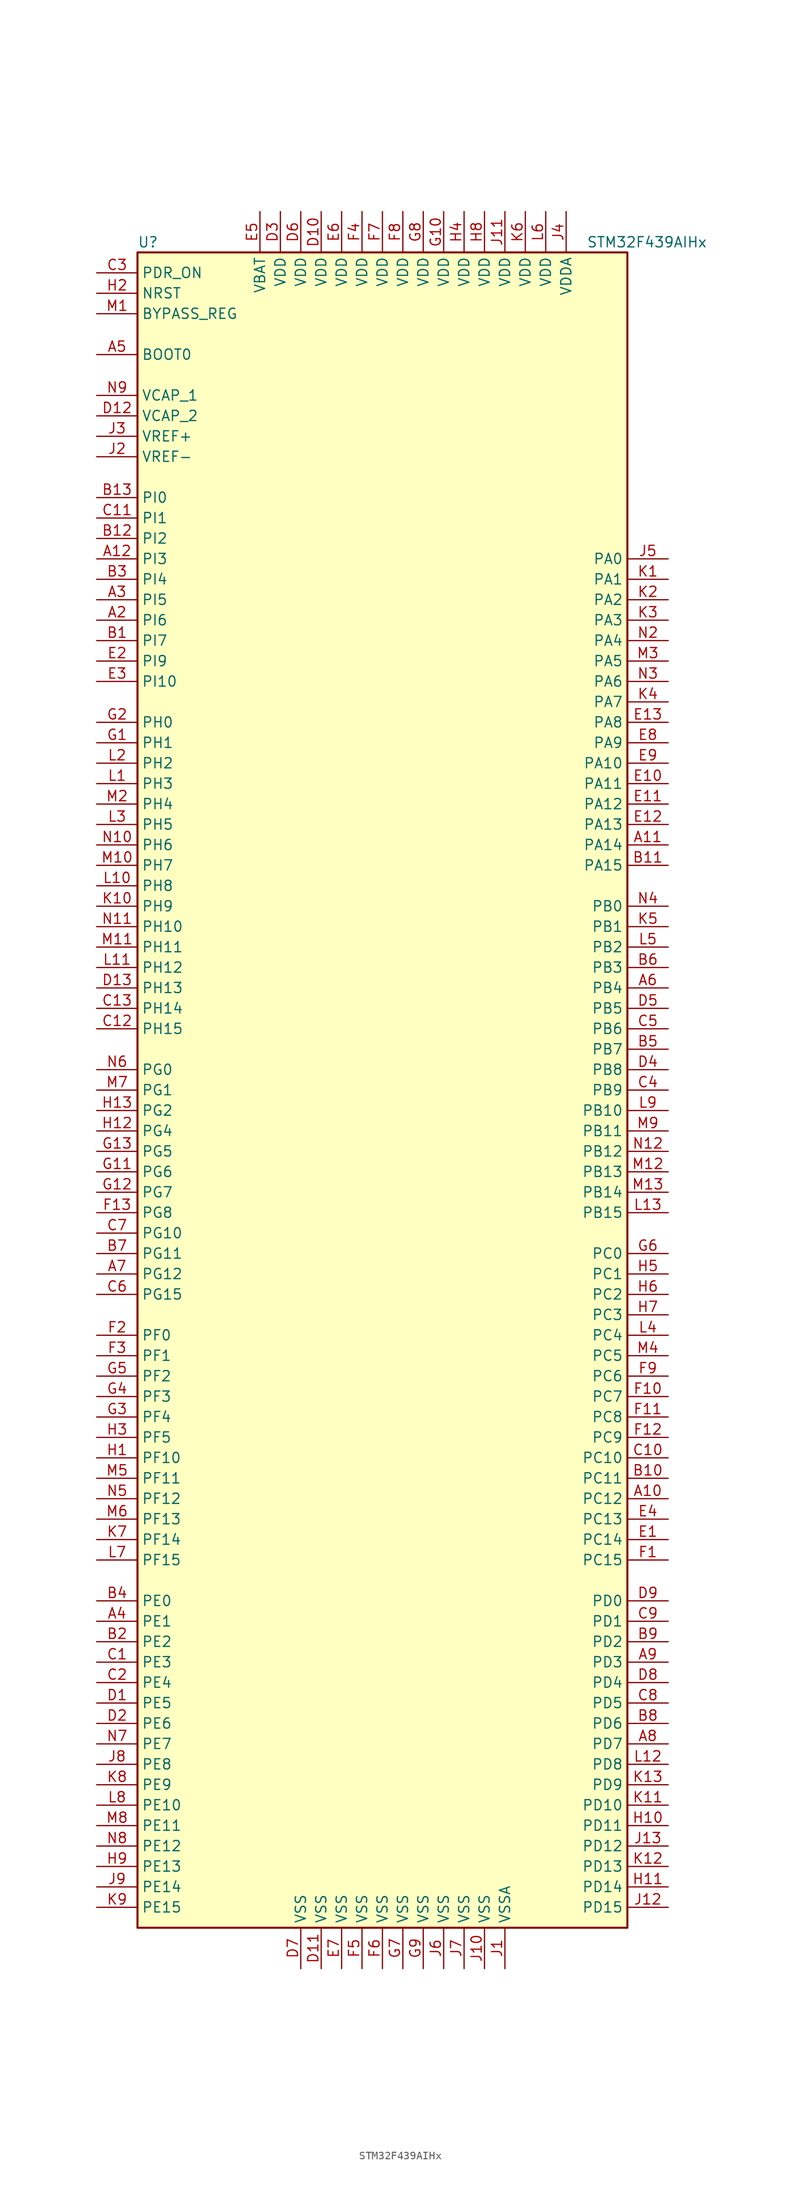
<source format=kicad_sym>
(kicad_symbol_lib
  (version 20201005)
  (generator kicad_symbol_editor)
  (symbol "MCU_ST_STM32F4:STM32F439AIHx"
    (property "Reference" "U"
      (at -30.48 105.41 0)
      (effects (font (size 1.27 1.27)) (justify left)))
    (property "Value" "STM32F439AIHx"
      (at 25.4 105.41 0)
      (effects (font (size 1.27 1.27)) (justify left)))
    (symbol "STM32F439AIHx_0_1"
      (rectangle (start -30.48 -104.14) (end 30.48 104.14) (stroke (width 0.254)) (fill (type background))))
    (symbol "STM32F439AIHx_1_1"
      (pin input line (at -35.56 91.44 0) (length 5.08) (name "BOOT0" (effects (font (size 1.27 1.27)))) (number "A5" (effects (font (size 1.27 1.27)))))
      (pin input line (at -35.56 96.52 0) (length 5.08) (name "BYPASS_REG" (effects (font (size 1.27 1.27)))) (number "M1" (effects (font (size 1.27 1.27)))))
      (pin no_connect line (at -30.48 -101.6 0) (length 5.08) hide (name "NC" (effects (font (size 1.27 1.27)))) (number "A1" (effects (font (size 1.27 1.27)))))
      (pin no_connect line (at -30.48 -99.06 0) (length 5.08) hide (name "NC" (effects (font (size 1.27 1.27)))) (number "A13" (effects (font (size 1.27 1.27)))))
      (pin no_connect line (at -30.48 -96.52 0) (length 5.08) hide (name "NC" (effects (font (size 1.27 1.27)))) (number "N1" (effects (font (size 1.27 1.27)))))
      (pin no_connect line (at -30.48 -93.98 0) (length 5.08) hide (name "NC" (effects (font (size 1.27 1.27)))) (number "N13" (effects (font (size 1.27 1.27)))))
      (pin input line (at -35.56 99.06 0) (length 5.08) (name "NRST" (effects (font (size 1.27 1.27)))) (number "H2" (effects (font (size 1.27 1.27)))))
      (pin bidirectional line (at 35.56 66.04 180) (length 5.08) (name "PA0" (effects (font (size 1.27 1.27)))) (number "J5" (effects (font (size 1.27 1.27)))))
      (pin bidirectional line (at 35.56 63.5 180) (length 5.08) (name "PA1" (effects (font (size 1.27 1.27)))) (number "K1" (effects (font (size 1.27 1.27)))))
      (pin bidirectional line (at 35.56 40.64 180) (length 5.08) (name "PA10" (effects (font (size 1.27 1.27)))) (number "E9" (effects (font (size 1.27 1.27)))))
      (pin bidirectional line (at 35.56 38.1 180) (length 5.08) (name "PA11" (effects (font (size 1.27 1.27)))) (number "E10" (effects (font (size 1.27 1.27)))))
      (pin bidirectional line (at 35.56 35.56 180) (length 5.08) (name "PA12" (effects (font (size 1.27 1.27)))) (number "E11" (effects (font (size 1.27 1.27)))))
      (pin bidirectional line (at 35.56 33.02 180) (length 5.08) (name "PA13" (effects (font (size 1.27 1.27)))) (number "E12" (effects (font (size 1.27 1.27)))))
      (pin bidirectional line (at 35.56 30.48 180) (length 5.08) (name "PA14" (effects (font (size 1.27 1.27)))) (number "A11" (effects (font (size 1.27 1.27)))))
      (pin bidirectional line (at 35.56 27.94 180) (length 5.08) (name "PA15" (effects (font (size 1.27 1.27)))) (number "B11" (effects (font (size 1.27 1.27)))))
      (pin bidirectional line (at 35.56 60.96 180) (length 5.08) (name "PA2" (effects (font (size 1.27 1.27)))) (number "K2" (effects (font (size 1.27 1.27)))))
      (pin bidirectional line (at 35.56 58.42 180) (length 5.08) (name "PA3" (effects (font (size 1.27 1.27)))) (number "K3" (effects (font (size 1.27 1.27)))))
      (pin bidirectional line (at 35.56 55.88 180) (length 5.08) (name "PA4" (effects (font (size 1.27 1.27)))) (number "N2" (effects (font (size 1.27 1.27)))))
      (pin bidirectional line (at 35.56 53.34 180) (length 5.08) (name "PA5" (effects (font (size 1.27 1.27)))) (number "M3" (effects (font (size 1.27 1.27)))))
      (pin bidirectional line (at 35.56 50.8 180) (length 5.08) (name "PA6" (effects (font (size 1.27 1.27)))) (number "N3" (effects (font (size 1.27 1.27)))))
      (pin bidirectional line (at 35.56 48.26 180) (length 5.08) (name "PA7" (effects (font (size 1.27 1.27)))) (number "K4" (effects (font (size 1.27 1.27)))))
      (pin bidirectional line (at 35.56 45.72 180) (length 5.08) (name "PA8" (effects (font (size 1.27 1.27)))) (number "E13" (effects (font (size 1.27 1.27)))))
      (pin bidirectional line (at 35.56 43.18 180) (length 5.08) (name "PA9" (effects (font (size 1.27 1.27)))) (number "E8" (effects (font (size 1.27 1.27)))))
      (pin bidirectional line (at 35.56 22.86 180) (length 5.08) (name "PB0" (effects (font (size 1.27 1.27)))) (number "N4" (effects (font (size 1.27 1.27)))))
      (pin bidirectional line (at 35.56 20.32 180) (length 5.08) (name "PB1" (effects (font (size 1.27 1.27)))) (number "K5" (effects (font (size 1.27 1.27)))))
      (pin bidirectional line (at 35.56 -2.54 180) (length 5.08) (name "PB10" (effects (font (size 1.27 1.27)))) (number "L9" (effects (font (size 1.27 1.27)))))
      (pin bidirectional line (at 35.56 -5.08 180) (length 5.08) (name "PB11" (effects (font (size 1.27 1.27)))) (number "M9" (effects (font (size 1.27 1.27)))))
      (pin bidirectional line (at 35.56 -7.62 180) (length 5.08) (name "PB12" (effects (font (size 1.27 1.27)))) (number "N12" (effects (font (size 1.27 1.27)))))
      (pin bidirectional line (at 35.56 -10.16 180) (length 5.08) (name "PB13" (effects (font (size 1.27 1.27)))) (number "M12" (effects (font (size 1.27 1.27)))))
      (pin bidirectional line (at 35.56 -12.7 180) (length 5.08) (name "PB14" (effects (font (size 1.27 1.27)))) (number "M13" (effects (font (size 1.27 1.27)))))
      (pin bidirectional line (at 35.56 -15.24 180) (length 5.08) (name "PB15" (effects (font (size 1.27 1.27)))) (number "L13" (effects (font (size 1.27 1.27)))))
      (pin bidirectional line (at 35.56 17.78 180) (length 5.08) (name "PB2" (effects (font (size 1.27 1.27)))) (number "L5" (effects (font (size 1.27 1.27)))))
      (pin bidirectional line (at 35.56 15.24 180) (length 5.08) (name "PB3" (effects (font (size 1.27 1.27)))) (number "B6" (effects (font (size 1.27 1.27)))))
      (pin bidirectional line (at 35.56 12.7 180) (length 5.08) (name "PB4" (effects (font (size 1.27 1.27)))) (number "A6" (effects (font (size 1.27 1.27)))))
      (pin bidirectional line (at 35.56 10.16 180) (length 5.08) (name "PB5" (effects (font (size 1.27 1.27)))) (number "D5" (effects (font (size 1.27 1.27)))))
      (pin bidirectional line (at 35.56 7.62 180) (length 5.08) (name "PB6" (effects (font (size 1.27 1.27)))) (number "C5" (effects (font (size 1.27 1.27)))))
      (pin bidirectional line (at 35.56 5.08 180) (length 5.08) (name "PB7" (effects (font (size 1.27 1.27)))) (number "B5" (effects (font (size 1.27 1.27)))))
      (pin bidirectional line (at 35.56 2.54 180) (length 5.08) (name "PB8" (effects (font (size 1.27 1.27)))) (number "D4" (effects (font (size 1.27 1.27)))))
      (pin bidirectional line (at 35.56 0 180) (length 5.08) (name "PB9" (effects (font (size 1.27 1.27)))) (number "C4" (effects (font (size 1.27 1.27)))))
      (pin bidirectional line (at 35.56 -20.32 180) (length 5.08) (name "PC0" (effects (font (size 1.27 1.27)))) (number "G6" (effects (font (size 1.27 1.27)))))
      (pin bidirectional line (at 35.56 -22.86 180) (length 5.08) (name "PC1" (effects (font (size 1.27 1.27)))) (number "H5" (effects (font (size 1.27 1.27)))))
      (pin bidirectional line (at 35.56 -45.72 180) (length 5.08) (name "PC10" (effects (font (size 1.27 1.27)))) (number "C10" (effects (font (size 1.27 1.27)))))
      (pin bidirectional line (at 35.56 -48.26 180) (length 5.08) (name "PC11" (effects (font (size 1.27 1.27)))) (number "B10" (effects (font (size 1.27 1.27)))))
      (pin bidirectional line (at 35.56 -50.8 180) (length 5.08) (name "PC12" (effects (font (size 1.27 1.27)))) (number "A10" (effects (font (size 1.27 1.27)))))
      (pin bidirectional line (at 35.56 -53.34 180) (length 5.08) (name "PC13" (effects (font (size 1.27 1.27)))) (number "E4" (effects (font (size 1.27 1.27)))))
      (pin bidirectional line (at 35.56 -55.88 180) (length 5.08) (name "PC14" (effects (font (size 1.27 1.27)))) (number "E1" (effects (font (size 1.27 1.27)))))
      (pin bidirectional line (at 35.56 -58.42 180) (length 5.08) (name "PC15" (effects (font (size 1.27 1.27)))) (number "F1" (effects (font (size 1.27 1.27)))))
      (pin bidirectional line (at 35.56 -25.4 180) (length 5.08) (name "PC2" (effects (font (size 1.27 1.27)))) (number "H6" (effects (font (size 1.27 1.27)))))
      (pin bidirectional line (at 35.56 -27.94 180) (length 5.08) (name "PC3" (effects (font (size 1.27 1.27)))) (number "H7" (effects (font (size 1.27 1.27)))))
      (pin bidirectional line (at 35.56 -30.48 180) (length 5.08) (name "PC4" (effects (font (size 1.27 1.27)))) (number "L4" (effects (font (size 1.27 1.27)))))
      (pin bidirectional line (at 35.56 -33.02 180) (length 5.08) (name "PC5" (effects (font (size 1.27 1.27)))) (number "M4" (effects (font (size 1.27 1.27)))))
      (pin bidirectional line (at 35.56 -35.56 180) (length 5.08) (name "PC6" (effects (font (size 1.27 1.27)))) (number "F9" (effects (font (size 1.27 1.27)))))
      (pin bidirectional line (at 35.56 -38.1 180) (length 5.08) (name "PC7" (effects (font (size 1.27 1.27)))) (number "F10" (effects (font (size 1.27 1.27)))))
      (pin bidirectional line (at 35.56 -40.64 180) (length 5.08) (name "PC8" (effects (font (size 1.27 1.27)))) (number "F11" (effects (font (size 1.27 1.27)))))
      (pin bidirectional line (at 35.56 -43.18 180) (length 5.08) (name "PC9" (effects (font (size 1.27 1.27)))) (number "F12" (effects (font (size 1.27 1.27)))))
      (pin bidirectional line (at 35.56 -63.5 180) (length 5.08) (name "PD0" (effects (font (size 1.27 1.27)))) (number "D9" (effects (font (size 1.27 1.27)))))
      (pin bidirectional line (at 35.56 -66.04 180) (length 5.08) (name "PD1" (effects (font (size 1.27 1.27)))) (number "C9" (effects (font (size 1.27 1.27)))))
      (pin bidirectional line (at 35.56 -88.9 180) (length 5.08) (name "PD10" (effects (font (size 1.27 1.27)))) (number "K11" (effects (font (size 1.27 1.27)))))
      (pin bidirectional line (at 35.56 -91.44 180) (length 5.08) (name "PD11" (effects (font (size 1.27 1.27)))) (number "H10" (effects (font (size 1.27 1.27)))))
      (pin bidirectional line (at 35.56 -93.98 180) (length 5.08) (name "PD12" (effects (font (size 1.27 1.27)))) (number "J13" (effects (font (size 1.27 1.27)))))
      (pin bidirectional line (at 35.56 -96.52 180) (length 5.08) (name "PD13" (effects (font (size 1.27 1.27)))) (number "K12" (effects (font (size 1.27 1.27)))))
      (pin bidirectional line (at 35.56 -99.06 180) (length 5.08) (name "PD14" (effects (font (size 1.27 1.27)))) (number "H11" (effects (font (size 1.27 1.27)))))
      (pin bidirectional line (at 35.56 -101.6 180) (length 5.08) (name "PD15" (effects (font (size 1.27 1.27)))) (number "J12" (effects (font (size 1.27 1.27)))))
      (pin bidirectional line (at 35.56 -68.58 180) (length 5.08) (name "PD2" (effects (font (size 1.27 1.27)))) (number "B9" (effects (font (size 1.27 1.27)))))
      (pin bidirectional line (at 35.56 -71.12 180) (length 5.08) (name "PD3" (effects (font (size 1.27 1.27)))) (number "A9" (effects (font (size 1.27 1.27)))))
      (pin bidirectional line (at 35.56 -73.66 180) (length 5.08) (name "PD4" (effects (font (size 1.27 1.27)))) (number "D8" (effects (font (size 1.27 1.27)))))
      (pin bidirectional line (at 35.56 -76.2 180) (length 5.08) (name "PD5" (effects (font (size 1.27 1.27)))) (number "C8" (effects (font (size 1.27 1.27)))))
      (pin bidirectional line (at 35.56 -78.74 180) (length 5.08) (name "PD6" (effects (font (size 1.27 1.27)))) (number "B8" (effects (font (size 1.27 1.27)))))
      (pin bidirectional line (at 35.56 -81.28 180) (length 5.08) (name "PD7" (effects (font (size 1.27 1.27)))) (number "A8" (effects (font (size 1.27 1.27)))))
      (pin bidirectional line (at 35.56 -83.82 180) (length 5.08) (name "PD8" (effects (font (size 1.27 1.27)))) (number "L12" (effects (font (size 1.27 1.27)))))
      (pin bidirectional line (at 35.56 -86.36 180) (length 5.08) (name "PD9" (effects (font (size 1.27 1.27)))) (number "K13" (effects (font (size 1.27 1.27)))))
      (pin input line (at -35.56 101.6 0) (length 5.08) (name "PDR_ON" (effects (font (size 1.27 1.27)))) (number "C3" (effects (font (size 1.27 1.27)))))
      (pin bidirectional line (at -35.56 -63.5 0) (length 5.08) (name "PE0" (effects (font (size 1.27 1.27)))) (number "B4" (effects (font (size 1.27 1.27)))))
      (pin bidirectional line (at -35.56 -66.04 0) (length 5.08) (name "PE1" (effects (font (size 1.27 1.27)))) (number "A4" (effects (font (size 1.27 1.27)))))
      (pin bidirectional line (at -35.56 -88.9 0) (length 5.08) (name "PE10" (effects (font (size 1.27 1.27)))) (number "L8" (effects (font (size 1.27 1.27)))))
      (pin bidirectional line (at -35.56 -91.44 0) (length 5.08) (name "PE11" (effects (font (size 1.27 1.27)))) (number "M8" (effects (font (size 1.27 1.27)))))
      (pin bidirectional line (at -35.56 -93.98 0) (length 5.08) (name "PE12" (effects (font (size 1.27 1.27)))) (number "N8" (effects (font (size 1.27 1.27)))))
      (pin bidirectional line (at -35.56 -96.52 0) (length 5.08) (name "PE13" (effects (font (size 1.27 1.27)))) (number "H9" (effects (font (size 1.27 1.27)))))
      (pin bidirectional line (at -35.56 -99.06 0) (length 5.08) (name "PE14" (effects (font (size 1.27 1.27)))) (number "J9" (effects (font (size 1.27 1.27)))))
      (pin bidirectional line (at -35.56 -101.6 0) (length 5.08) (name "PE15" (effects (font (size 1.27 1.27)))) (number "K9" (effects (font (size 1.27 1.27)))))
      (pin bidirectional line (at -35.56 -68.58 0) (length 5.08) (name "PE2" (effects (font (size 1.27 1.27)))) (number "B2" (effects (font (size 1.27 1.27)))))
      (pin bidirectional line (at -35.56 -71.12 0) (length 5.08) (name "PE3" (effects (font (size 1.27 1.27)))) (number "C1" (effects (font (size 1.27 1.27)))))
      (pin bidirectional line (at -35.56 -73.66 0) (length 5.08) (name "PE4" (effects (font (size 1.27 1.27)))) (number "C2" (effects (font (size 1.27 1.27)))))
      (pin bidirectional line (at -35.56 -76.2 0) (length 5.08) (name "PE5" (effects (font (size 1.27 1.27)))) (number "D1" (effects (font (size 1.27 1.27)))))
      (pin bidirectional line (at -35.56 -78.74 0) (length 5.08) (name "PE6" (effects (font (size 1.27 1.27)))) (number "D2" (effects (font (size 1.27 1.27)))))
      (pin bidirectional line (at -35.56 -81.28 0) (length 5.08) (name "PE7" (effects (font (size 1.27 1.27)))) (number "N7" (effects (font (size 1.27 1.27)))))
      (pin bidirectional line (at -35.56 -83.82 0) (length 5.08) (name "PE8" (effects (font (size 1.27 1.27)))) (number "J8" (effects (font (size 1.27 1.27)))))
      (pin bidirectional line (at -35.56 -86.36 0) (length 5.08) (name "PE9" (effects (font (size 1.27 1.27)))) (number "K8" (effects (font (size 1.27 1.27)))))
      (pin bidirectional line (at -35.56 -30.48 0) (length 5.08) (name "PF0" (effects (font (size 1.27 1.27)))) (number "F2" (effects (font (size 1.27 1.27)))))
      (pin bidirectional line (at -35.56 -33.02 0) (length 5.08) (name "PF1" (effects (font (size 1.27 1.27)))) (number "F3" (effects (font (size 1.27 1.27)))))
      (pin bidirectional line (at -35.56 -45.72 0) (length 5.08) (name "PF10" (effects (font (size 1.27 1.27)))) (number "H1" (effects (font (size 1.27 1.27)))))
      (pin bidirectional line (at -35.56 -48.26 0) (length 5.08) (name "PF11" (effects (font (size 1.27 1.27)))) (number "M5" (effects (font (size 1.27 1.27)))))
      (pin bidirectional line (at -35.56 -50.8 0) (length 5.08) (name "PF12" (effects (font (size 1.27 1.27)))) (number "N5" (effects (font (size 1.27 1.27)))))
      (pin bidirectional line (at -35.56 -53.34 0) (length 5.08) (name "PF13" (effects (font (size 1.27 1.27)))) (number "M6" (effects (font (size 1.27 1.27)))))
      (pin bidirectional line (at -35.56 -55.88 0) (length 5.08) (name "PF14" (effects (font (size 1.27 1.27)))) (number "K7" (effects (font (size 1.27 1.27)))))
      (pin bidirectional line (at -35.56 -58.42 0) (length 5.08) (name "PF15" (effects (font (size 1.27 1.27)))) (number "L7" (effects (font (size 1.27 1.27)))))
      (pin bidirectional line (at -35.56 -35.56 0) (length 5.08) (name "PF2" (effects (font (size 1.27 1.27)))) (number "G5" (effects (font (size 1.27 1.27)))))
      (pin bidirectional line (at -35.56 -38.1 0) (length 5.08) (name "PF3" (effects (font (size 1.27 1.27)))) (number "G4" (effects (font (size 1.27 1.27)))))
      (pin bidirectional line (at -35.56 -40.64 0) (length 5.08) (name "PF4" (effects (font (size 1.27 1.27)))) (number "G3" (effects (font (size 1.27 1.27)))))
      (pin bidirectional line (at -35.56 -43.18 0) (length 5.08) (name "PF5" (effects (font (size 1.27 1.27)))) (number "H3" (effects (font (size 1.27 1.27)))))
      (pin bidirectional line (at -35.56 2.54 0) (length 5.08) (name "PG0" (effects (font (size 1.27 1.27)))) (number "N6" (effects (font (size 1.27 1.27)))))
      (pin bidirectional line (at -35.56 0 0) (length 5.08) (name "PG1" (effects (font (size 1.27 1.27)))) (number "M7" (effects (font (size 1.27 1.27)))))
      (pin bidirectional line (at -35.56 -17.78 0) (length 5.08) (name "PG10" (effects (font (size 1.27 1.27)))) (number "C7" (effects (font (size 1.27 1.27)))))
      (pin bidirectional line (at -35.56 -20.32 0) (length 5.08) (name "PG11" (effects (font (size 1.27 1.27)))) (number "B7" (effects (font (size 1.27 1.27)))))
      (pin bidirectional line (at -35.56 -22.86 0) (length 5.08) (name "PG12" (effects (font (size 1.27 1.27)))) (number "A7" (effects (font (size 1.27 1.27)))))
      (pin bidirectional line (at -35.56 -25.4 0) (length 5.08) (name "PG15" (effects (font (size 1.27 1.27)))) (number "C6" (effects (font (size 1.27 1.27)))))
      (pin bidirectional line (at -35.56 -2.54 0) (length 5.08) (name "PG2" (effects (font (size 1.27 1.27)))) (number "H13" (effects (font (size 1.27 1.27)))))
      (pin bidirectional line (at -35.56 -5.08 0) (length 5.08) (name "PG4" (effects (font (size 1.27 1.27)))) (number "H12" (effects (font (size 1.27 1.27)))))
      (pin bidirectional line (at -35.56 -7.62 0) (length 5.08) (name "PG5" (effects (font (size 1.27 1.27)))) (number "G13" (effects (font (size 1.27 1.27)))))
      (pin bidirectional line (at -35.56 -10.16 0) (length 5.08) (name "PG6" (effects (font (size 1.27 1.27)))) (number "G11" (effects (font (size 1.27 1.27)))))
      (pin bidirectional line (at -35.56 -12.7 0) (length 5.08) (name "PG7" (effects (font (size 1.27 1.27)))) (number "G12" (effects (font (size 1.27 1.27)))))
      (pin bidirectional line (at -35.56 -15.24 0) (length 5.08) (name "PG8" (effects (font (size 1.27 1.27)))) (number "F13" (effects (font (size 1.27 1.27)))))
      (pin input line (at -35.56 45.72 0) (length 5.08) (name "PH0" (effects (font (size 1.27 1.27)))) (number "G2" (effects (font (size 1.27 1.27)))))
      (pin input line (at -35.56 43.18 0) (length 5.08) (name "PH1" (effects (font (size 1.27 1.27)))) (number "G1" (effects (font (size 1.27 1.27)))))
      (pin bidirectional line (at -35.56 20.32 0) (length 5.08) (name "PH10" (effects (font (size 1.27 1.27)))) (number "N11" (effects (font (size 1.27 1.27)))))
      (pin bidirectional line (at -35.56 17.78 0) (length 5.08) (name "PH11" (effects (font (size 1.27 1.27)))) (number "M11" (effects (font (size 1.27 1.27)))))
      (pin bidirectional line (at -35.56 15.24 0) (length 5.08) (name "PH12" (effects (font (size 1.27 1.27)))) (number "L11" (effects (font (size 1.27 1.27)))))
      (pin bidirectional line (at -35.56 12.7 0) (length 5.08) (name "PH13" (effects (font (size 1.27 1.27)))) (number "D13" (effects (font (size 1.27 1.27)))))
      (pin bidirectional line (at -35.56 10.16 0) (length 5.08) (name "PH14" (effects (font (size 1.27 1.27)))) (number "C13" (effects (font (size 1.27 1.27)))))
      (pin bidirectional line (at -35.56 7.62 0) (length 5.08) (name "PH15" (effects (font (size 1.27 1.27)))) (number "C12" (effects (font (size 1.27 1.27)))))
      (pin bidirectional line (at -35.56 40.64 0) (length 5.08) (name "PH2" (effects (font (size 1.27 1.27)))) (number "L2" (effects (font (size 1.27 1.27)))))
      (pin bidirectional line (at -35.56 38.1 0) (length 5.08) (name "PH3" (effects (font (size 1.27 1.27)))) (number "L1" (effects (font (size 1.27 1.27)))))
      (pin bidirectional line (at -35.56 35.56 0) (length 5.08) (name "PH4" (effects (font (size 1.27 1.27)))) (number "M2" (effects (font (size 1.27 1.27)))))
      (pin bidirectional line (at -35.56 33.02 0) (length 5.08) (name "PH5" (effects (font (size 1.27 1.27)))) (number "L3" (effects (font (size 1.27 1.27)))))
      (pin bidirectional line (at -35.56 30.48 0) (length 5.08) (name "PH6" (effects (font (size 1.27 1.27)))) (number "N10" (effects (font (size 1.27 1.27)))))
      (pin bidirectional line (at -35.56 27.94 0) (length 5.08) (name "PH7" (effects (font (size 1.27 1.27)))) (number "M10" (effects (font (size 1.27 1.27)))))
      (pin bidirectional line (at -35.56 25.4 0) (length 5.08) (name "PH8" (effects (font (size 1.27 1.27)))) (number "L10" (effects (font (size 1.27 1.27)))))
      (pin bidirectional line (at -35.56 22.86 0) (length 5.08) (name "PH9" (effects (font (size 1.27 1.27)))) (number "K10" (effects (font (size 1.27 1.27)))))
      (pin bidirectional line (at -35.56 73.66 0) (length 5.08) (name "PI0" (effects (font (size 1.27 1.27)))) (number "B13" (effects (font (size 1.27 1.27)))))
      (pin bidirectional line (at -35.56 71.12 0) (length 5.08) (name "PI1" (effects (font (size 1.27 1.27)))) (number "C11" (effects (font (size 1.27 1.27)))))
      (pin bidirectional line (at -35.56 50.8 0) (length 5.08) (name "PI10" (effects (font (size 1.27 1.27)))) (number "E3" (effects (font (size 1.27 1.27)))))
      (pin bidirectional line (at -35.56 68.58 0) (length 5.08) (name "PI2" (effects (font (size 1.27 1.27)))) (number "B12" (effects (font (size 1.27 1.27)))))
      (pin bidirectional line (at -35.56 66.04 0) (length 5.08) (name "PI3" (effects (font (size 1.27 1.27)))) (number "A12" (effects (font (size 1.27 1.27)))))
      (pin bidirectional line (at -35.56 63.5 0) (length 5.08) (name "PI4" (effects (font (size 1.27 1.27)))) (number "B3" (effects (font (size 1.27 1.27)))))
      (pin bidirectional line (at -35.56 60.96 0) (length 5.08) (name "PI5" (effects (font (size 1.27 1.27)))) (number "A3" (effects (font (size 1.27 1.27)))))
      (pin bidirectional line (at -35.56 58.42 0) (length 5.08) (name "PI6" (effects (font (size 1.27 1.27)))) (number "A2" (effects (font (size 1.27 1.27)))))
      (pin bidirectional line (at -35.56 55.88 0) (length 5.08) (name "PI7" (effects (font (size 1.27 1.27)))) (number "B1" (effects (font (size 1.27 1.27)))))
      (pin bidirectional line (at -35.56 53.34 0) (length 5.08) (name "PI9" (effects (font (size 1.27 1.27)))) (number "E2" (effects (font (size 1.27 1.27)))))
      (pin power_in line (at -15.24 109.22 270) (length 5.08) (name "VBAT" (effects (font (size 1.27 1.27)))) (number "E5" (effects (font (size 1.27 1.27)))))
      (pin power_in line (at -35.56 86.36 0) (length 5.08) (name "VCAP_1" (effects (font (size 1.27 1.27)))) (number "N9" (effects (font (size 1.27 1.27)))))
      (pin power_in line (at -35.56 83.82 0) (length 5.08) (name "VCAP_2" (effects (font (size 1.27 1.27)))) (number "D12" (effects (font (size 1.27 1.27)))))
      (pin power_in line (at -7.62 109.22 270) (length 5.08) (name "VDD" (effects (font (size 1.27 1.27)))) (number "D10" (effects (font (size 1.27 1.27)))))
      (pin power_in line (at -12.7 109.22 270) (length 5.08) (name "VDD" (effects (font (size 1.27 1.27)))) (number "D3" (effects (font (size 1.27 1.27)))))
      (pin power_in line (at -10.16 109.22 270) (length 5.08) (name "VDD" (effects (font (size 1.27 1.27)))) (number "D6" (effects (font (size 1.27 1.27)))))
      (pin power_in line (at -5.08 109.22 270) (length 5.08) (name "VDD" (effects (font (size 1.27 1.27)))) (number "E6" (effects (font (size 1.27 1.27)))))
      (pin power_in line (at -2.54 109.22 270) (length 5.08) (name "VDD" (effects (font (size 1.27 1.27)))) (number "F4" (effects (font (size 1.27 1.27)))))
      (pin power_in line (at 0 109.22 270) (length 5.08) (name "VDD" (effects (font (size 1.27 1.27)))) (number "F7" (effects (font (size 1.27 1.27)))))
      (pin power_in line (at 2.54 109.22 270) (length 5.08) (name "VDD" (effects (font (size 1.27 1.27)))) (number "F8" (effects (font (size 1.27 1.27)))))
      (pin power_in line (at 7.62 109.22 270) (length 5.08) (name "VDD" (effects (font (size 1.27 1.27)))) (number "G10" (effects (font (size 1.27 1.27)))))
      (pin power_in line (at 5.08 109.22 270) (length 5.08) (name "VDD" (effects (font (size 1.27 1.27)))) (number "G8" (effects (font (size 1.27 1.27)))))
      (pin power_in line (at 10.16 109.22 270) (length 5.08) (name "VDD" (effects (font (size 1.27 1.27)))) (number "H4" (effects (font (size 1.27 1.27)))))
      (pin power_in line (at 12.7 109.22 270) (length 5.08) (name "VDD" (effects (font (size 1.27 1.27)))) (number "H8" (effects (font (size 1.27 1.27)))))
      (pin power_in line (at 15.24 109.22 270) (length 5.08) (name "VDD" (effects (font (size 1.27 1.27)))) (number "J11" (effects (font (size 1.27 1.27)))))
      (pin power_in line (at 17.78 109.22 270) (length 5.08) (name "VDD" (effects (font (size 1.27 1.27)))) (number "K6" (effects (font (size 1.27 1.27)))))
      (pin power_in line (at 20.32 109.22 270) (length 5.08) (name "VDD" (effects (font (size 1.27 1.27)))) (number "L6" (effects (font (size 1.27 1.27)))))
      (pin power_in line (at 22.86 109.22 270) (length 5.08) (name "VDDA" (effects (font (size 1.27 1.27)))) (number "J4" (effects (font (size 1.27 1.27)))))
      (pin power_in line (at -35.56 81.28 0) (length 5.08) (name "VREF+" (effects (font (size 1.27 1.27)))) (number "J3" (effects (font (size 1.27 1.27)))))
      (pin power_in line (at -35.56 78.74 0) (length 5.08) (name "VREF-" (effects (font (size 1.27 1.27)))) (number "J2" (effects (font (size 1.27 1.27)))))
      (pin power_in line (at -7.62 -109.22 90) (length 5.08) (name "VSS" (effects (font (size 1.27 1.27)))) (number "D11" (effects (font (size 1.27 1.27)))))
      (pin power_in line (at -10.16 -109.22 90) (length 5.08) (name "VSS" (effects (font (size 1.27 1.27)))) (number "D7" (effects (font (size 1.27 1.27)))))
      (pin power_in line (at -5.08 -109.22 90) (length 5.08) (name "VSS" (effects (font (size 1.27 1.27)))) (number "E7" (effects (font (size 1.27 1.27)))))
      (pin power_in line (at -2.54 -109.22 90) (length 5.08) (name "VSS" (effects (font (size 1.27 1.27)))) (number "F5" (effects (font (size 1.27 1.27)))))
      (pin power_in line (at 0 -109.22 90) (length 5.08) (name "VSS" (effects (font (size 1.27 1.27)))) (number "F6" (effects (font (size 1.27 1.27)))))
      (pin power_in line (at 2.54 -109.22 90) (length 5.08) (name "VSS" (effects (font (size 1.27 1.27)))) (number "G7" (effects (font (size 1.27 1.27)))))
      (pin power_in line (at 5.08 -109.22 90) (length 5.08) (name "VSS" (effects (font (size 1.27 1.27)))) (number "G9" (effects (font (size 1.27 1.27)))))
      (pin power_in line (at 12.7 -109.22 90) (length 5.08) (name "VSS" (effects (font (size 1.27 1.27)))) (number "J10" (effects (font (size 1.27 1.27)))))
      (pin power_in line (at 7.62 -109.22 90) (length 5.08) (name "VSS" (effects (font (size 1.27 1.27)))) (number "J6" (effects (font (size 1.27 1.27)))))
      (pin power_in line (at 10.16 -109.22 90) (length 5.08) (name "VSS" (effects (font (size 1.27 1.27)))) (number "J7" (effects (font (size 1.27 1.27)))))
      (pin power_in line (at 15.24 -109.22 90) (length 5.08) (name "VSSA" (effects (font (size 1.27 1.27)))) (number "J1" (effects (font (size 1.27 1.27))))))))
</source>
